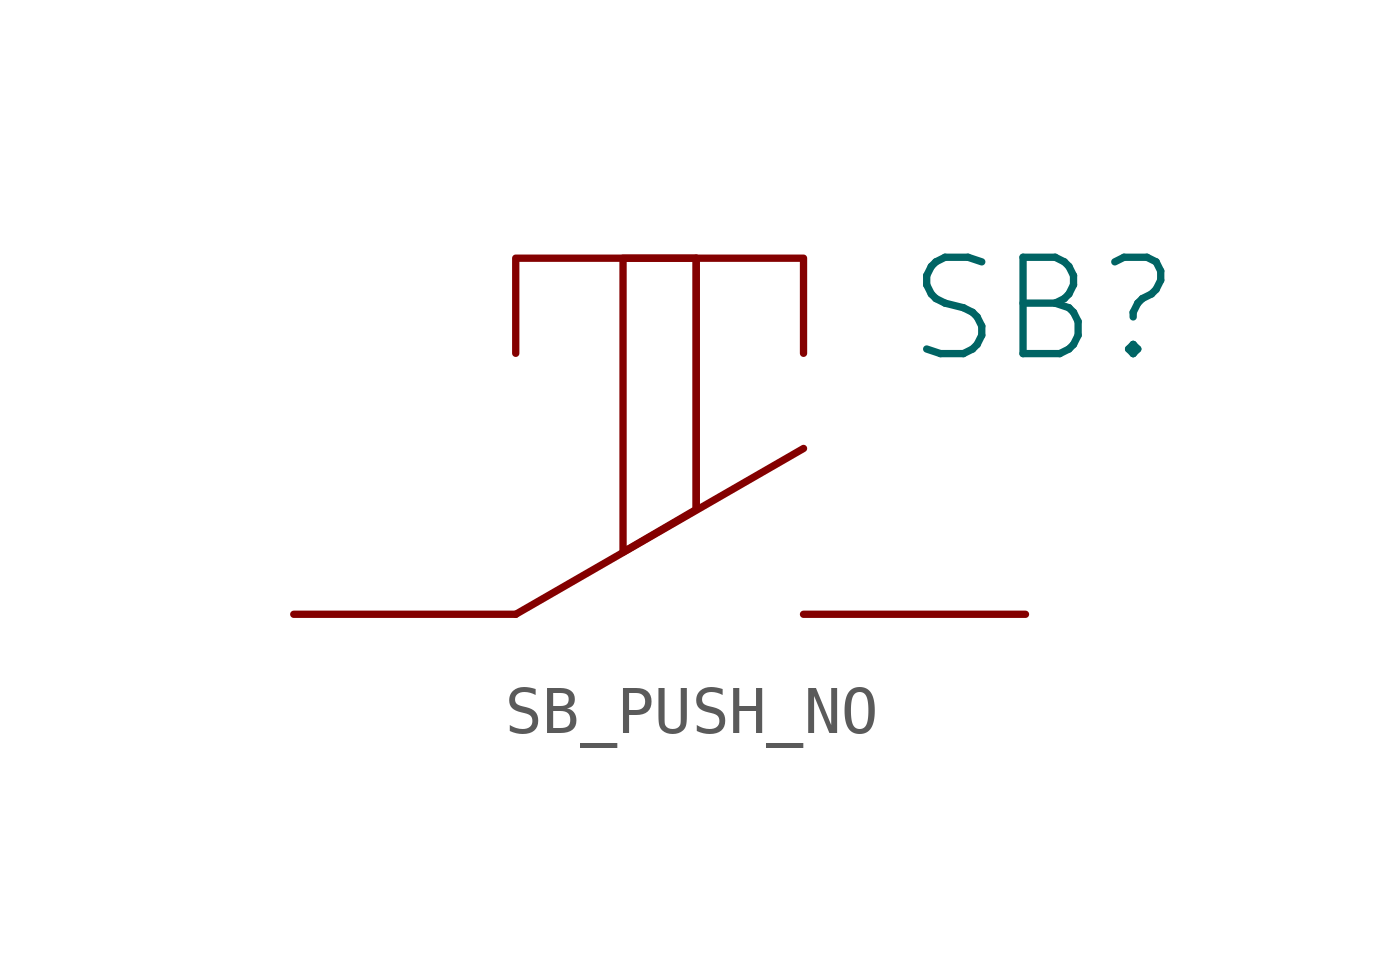
<source format=kicad_sym>
(kicad_symbol_lib
  (version 20231120)
  (generator "kicad_symbol_editor")
  (generator_version "8.0")
  (symbol "SB_PUSH_NO"
    (pin_numbers hide)
    (pin_names
      (offset 0) hide)
    (property "Reference" "SB"
      (at 5.08 6.35 0)
      (effects (font (size 2.007 2.007)) (justify left)))
    (symbol "SB_PUSH_NO_0_1"
      (polyline (pts (xy -2.997 0) (xy 2.997 3.454)) (stroke (width 0) (type solid)) (fill (type none)))
      (polyline (pts (xy 0.762 7.417) (xy 0.762 2.184)) (stroke (width 0) (type solid)) (fill (type none)))
      (polyline (pts (xy -2.997 5.436) (xy -2.997 7.417) (xy 2.997 7.417) (xy 2.997 5.436)) (stroke (width 0) (type solid)) (fill (type none)))
      (polyline (pts (xy -0.762 7.417) (xy 0.762 7.417) (xy 0.762 2.184) (xy -0.762 1.295) (xy -0.762 7.417)) (stroke (width 0) (type solid)) (fill (type none))))
    (symbol "SB_PUSH_NO_1_1"
      (pin passive line (at -7.62 0 0) (length 4.623) (name "~" (effects (font (size 2.007 2.007)))) (number "1" (effects (font (size 2.007 2.007)))))
      (pin passive line (at 7.62 0 180) (length 4.623) (name "~" (effects (font (size 2.007 2.007)))) (number "2" (effects (font (size 2.007 2.007))))))))
</source>
